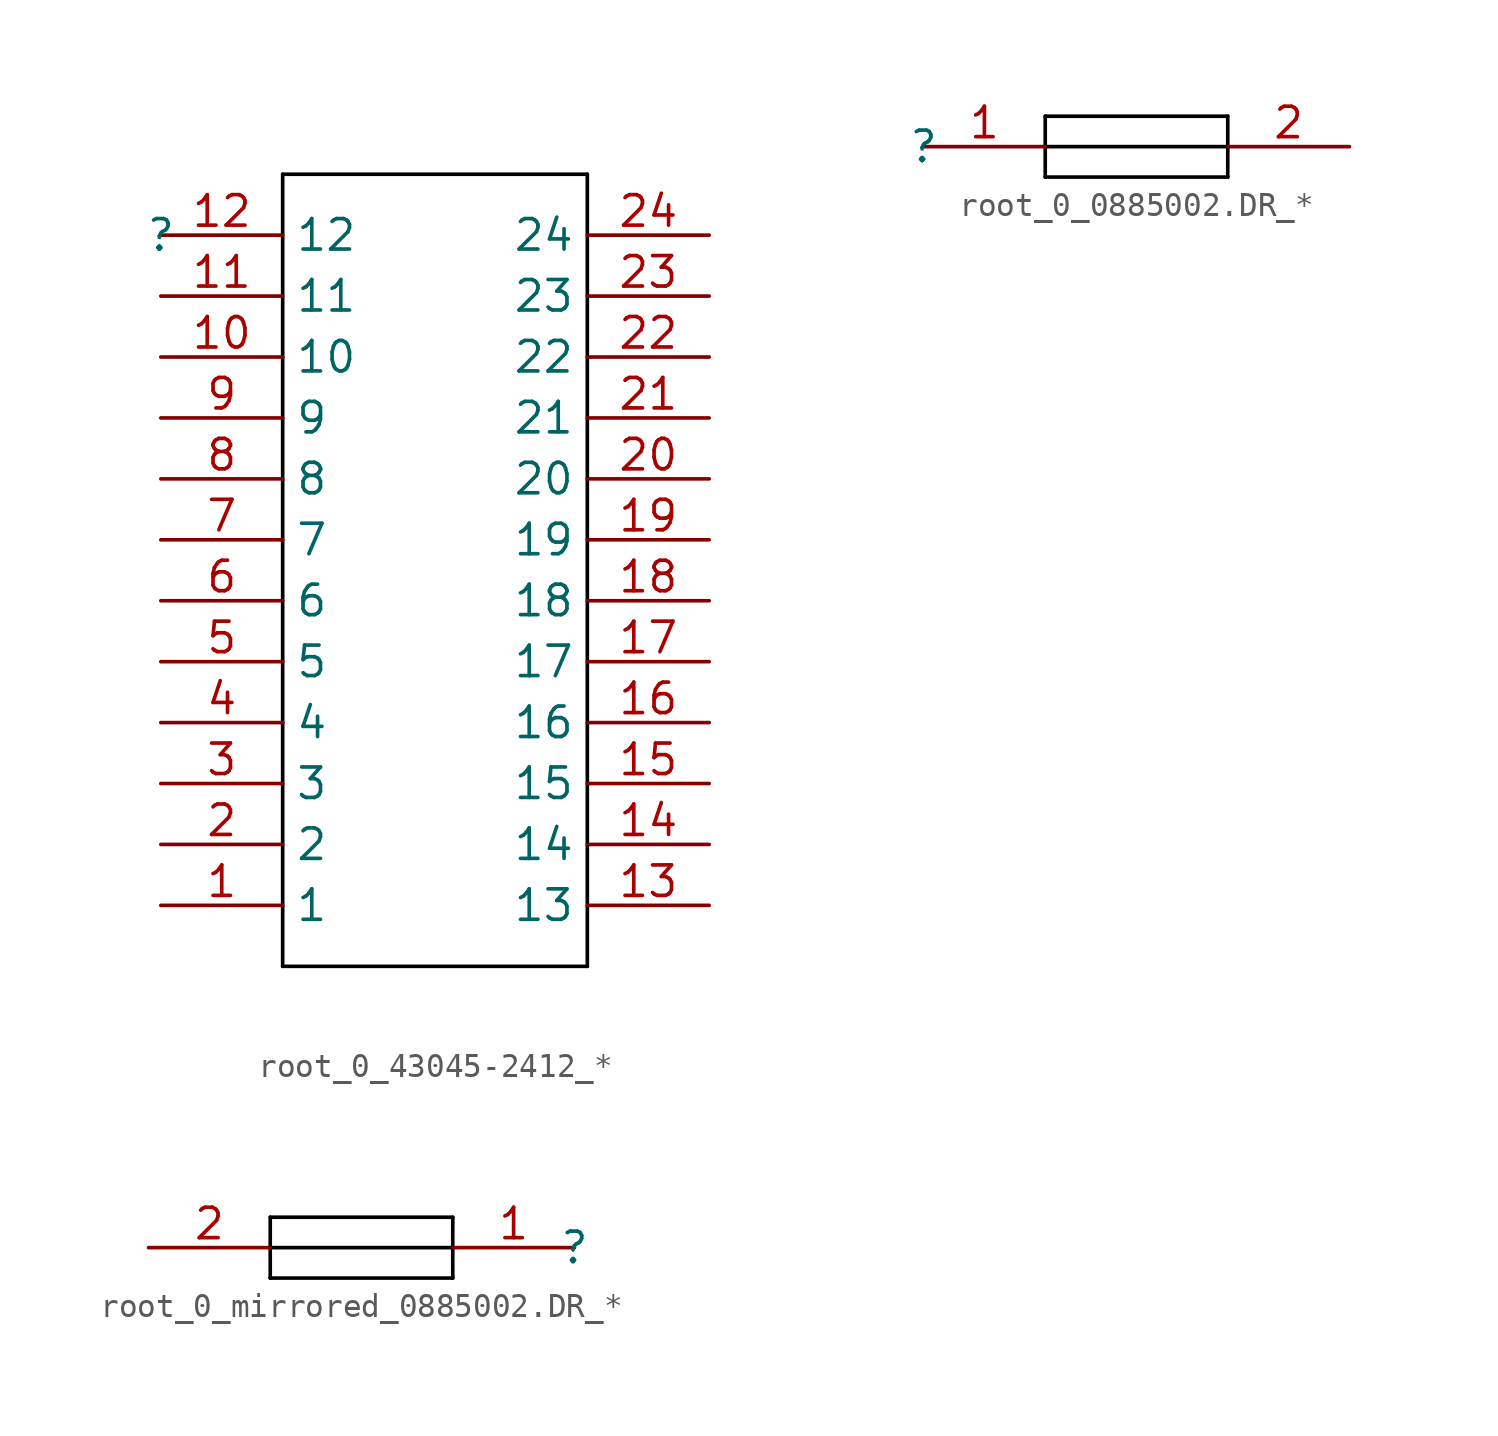
<source format=kicad_sym>
(kicad_symbol_lib
  (version 20241209)
  (generator "kicad_symbol_editor")
  (generator_version "9.0")
  (symbol "root_0_43045-2412_*"
    (property "Reference" ""
      (at 0 0 0)
      (effects (font (size 1.27 1.27))))
    (property "Value" ""
      (at 0 0 0)
      (effects (font (size 1.27 1.27))))
    (symbol "root_0_43045-2412_*_1_0"
      (polyline (pts (xy 5.08 2.54) (xy 5.08 -30.48)) (stroke (width 0) (type solid) (color 0 0 0 1)) (fill (type none)))
      (polyline (pts (xy 5.08 2.54) (xy 17.78 2.54)) (stroke (width 0) (type solid) (color 0 0 0 1)) (fill (type none)))
      (polyline (pts (xy 17.78 -30.48) (xy 5.08 -30.48)) (stroke (width 0) (type solid) (color 0 0 0 1)) (fill (type none)))
      (polyline (pts (xy 17.78 -30.48) (xy 17.78 2.54)) (stroke (width 0) (type solid) (color 0 0 0 1)) (fill (type none)))
      (pin passive line (at 0 0 0) (length 5.08) (name "12" (effects (font (size 1.27 1.27)))) (number "12" (effects (font (size 1.27 1.27)))))
      (pin passive line (at 0 -2.54 0) (length 5.08) (name "11" (effects (font (size 1.27 1.27)))) (number "11" (effects (font (size 1.27 1.27)))))
      (pin passive line (at 0 -5.08 0) (length 5.08) (name "10" (effects (font (size 1.27 1.27)))) (number "10" (effects (font (size 1.27 1.27)))))
      (pin passive line (at 0 -7.62 0) (length 5.08) (name "9" (effects (font (size 1.27 1.27)))) (number "9" (effects (font (size 1.27 1.27)))))
      (pin passive line (at 0 -10.16 0) (length 5.08) (name "8" (effects (font (size 1.27 1.27)))) (number "8" (effects (font (size 1.27 1.27)))))
      (pin passive line (at 0 -12.7 0) (length 5.08) (name "7" (effects (font (size 1.27 1.27)))) (number "7" (effects (font (size 1.27 1.27)))))
      (pin passive line (at 0 -15.24 0) (length 5.08) (name "6" (effects (font (size 1.27 1.27)))) (number "6" (effects (font (size 1.27 1.27)))))
      (pin passive line (at 0 -17.78 0) (length 5.08) (name "5" (effects (font (size 1.27 1.27)))) (number "5" (effects (font (size 1.27 1.27)))))
      (pin passive line (at 0 -20.32 0) (length 5.08) (name "4" (effects (font (size 1.27 1.27)))) (number "4" (effects (font (size 1.27 1.27)))))
      (pin passive line (at 0 -22.86 0) (length 5.08) (name "3" (effects (font (size 1.27 1.27)))) (number "3" (effects (font (size 1.27 1.27)))))
      (pin passive line (at 0 -25.4 0) (length 5.08) (name "2" (effects (font (size 1.27 1.27)))) (number "2" (effects (font (size 1.27 1.27)))))
      (pin passive line (at 0 -27.94 0) (length 5.08) (name "1" (effects (font (size 1.27 1.27)))) (number "1" (effects (font (size 1.27 1.27)))))
      (pin passive line (at 22.86 0 180) (length 5.08) (name "24" (effects (font (size 1.27 1.27)))) (number "24" (effects (font (size 1.27 1.27)))))
      (pin passive line (at 22.86 -2.54 180) (length 5.08) (name "23" (effects (font (size 1.27 1.27)))) (number "23" (effects (font (size 1.27 1.27)))))
      (pin passive line (at 22.86 -5.08 180) (length 5.08) (name "22" (effects (font (size 1.27 1.27)))) (number "22" (effects (font (size 1.27 1.27)))))
      (pin passive line (at 22.86 -7.62 180) (length 5.08) (name "21" (effects (font (size 1.27 1.27)))) (number "21" (effects (font (size 1.27 1.27)))))
      (pin passive line (at 22.86 -10.16 180) (length 5.08) (name "20" (effects (font (size 1.27 1.27)))) (number "20" (effects (font (size 1.27 1.27)))))
      (pin passive line (at 22.86 -12.7 180) (length 5.08) (name "19" (effects (font (size 1.27 1.27)))) (number "19" (effects (font (size 1.27 1.27)))))
      (pin passive line (at 22.86 -15.24 180) (length 5.08) (name "18" (effects (font (size 1.27 1.27)))) (number "18" (effects (font (size 1.27 1.27)))))
      (pin passive line (at 22.86 -17.78 180) (length 5.08) (name "17" (effects (font (size 1.27 1.27)))) (number "17" (effects (font (size 1.27 1.27)))))
      (pin passive line (at 22.86 -20.32 180) (length 5.08) (name "16" (effects (font (size 1.27 1.27)))) (number "16" (effects (font (size 1.27 1.27)))))
      (pin passive line (at 22.86 -22.86 180) (length 5.08) (name "15" (effects (font (size 1.27 1.27)))) (number "15" (effects (font (size 1.27 1.27)))))
      (pin passive line (at 22.86 -25.4 180) (length 5.08) (name "14" (effects (font (size 1.27 1.27)))) (number "14" (effects (font (size 1.27 1.27)))))
      (pin passive line (at 22.86 -27.94 180) (length 5.08) (name "13" (effects (font (size 1.27 1.27)))) (number "13" (effects (font (size 1.27 1.27)))))))
  (symbol "root_0_0885002.DR_*"
    (pin_names
      (hide yes))
    (property "Reference" ""
      (at 0 0 0)
      (effects (font (size 1.27 1.27))))
    (property "Value" ""
      (at 0 0 0)
      (effects (font (size 1.27 1.27))))
    (symbol "root_0_0885002.DR_*_1_0"
      (polyline (pts (xy 5.08 1.27) (xy 5.08 -1.27)) (stroke (width 0) (type solid) (color 0 0 0 1)) (fill (type none)))
      (polyline (pts (xy 5.08 1.27) (xy 12.7 1.27)) (stroke (width 0) (type solid) (color 0 0 0 1)) (fill (type none)))
      (polyline (pts (xy 5.08 0) (xy 12.7 0)) (stroke (width 0) (type solid) (color 0 0 0 1)) (fill (type none)))
      (polyline (pts (xy 12.7 -1.27) (xy 5.08 -1.27)) (stroke (width 0) (type solid) (color 0 0 0 1)) (fill (type none)))
      (polyline (pts (xy 12.7 -1.27) (xy 12.7 1.27)) (stroke (width 0) (type solid) (color 0 0 0 1)) (fill (type none)))
      (pin passive line (at 0 0 0) (length 5.08) (name "1" (effects (font (size 1.27 1.27)))) (number "1" (effects (font (size 1.27 1.27)))))
      (pin passive line (at 17.78 0 180) (length 5.08) (name "2" (effects (font (size 1.27 1.27)))) (number "2" (effects (font (size 1.27 1.27)))))))
  (symbol "root_0_mirrored_0885002.DR_*"
    (pin_names
      (hide yes))
    (property "Reference" ""
      (at 0 0 0)
      (effects (font (size 1.27 1.27))))
    (property "Value" ""
      (at 0 0 0)
      (effects (font (size 1.27 1.27))))
    (symbol "root_0_mirrored_0885002.DR_*_1_0"
      (polyline (pts (xy -12.7 -1.27) (xy -12.7 1.27)) (stroke (width 0) (type solid) (color 0 0 0 1)) (fill (type none)))
      (polyline (pts (xy -12.7 -1.27) (xy -5.08 -1.27)) (stroke (width 0) (type solid) (color 0 0 0 1)) (fill (type none)))
      (polyline (pts (xy -5.08 1.27) (xy -12.7 1.27)) (stroke (width 0) (type solid) (color 0 0 0 1)) (fill (type none)))
      (polyline (pts (xy -5.08 1.27) (xy -5.08 -1.27)) (stroke (width 0) (type solid) (color 0 0 0 1)) (fill (type none)))
      (polyline (pts (xy -5.08 0) (xy -12.7 0)) (stroke (width 0) (type solid) (color 0 0 0 1)) (fill (type none)))
      (pin passive line (at -17.78 0 0) (length 5.08) (name "2" (effects (font (size 1.27 1.27)))) (number "2" (effects (font (size 1.27 1.27)))))
      (pin passive line (at 0 0 180) (length 5.08) (name "1" (effects (font (size 1.27 1.27)))) (number "1" (effects (font (size 1.27 1.27))))))))
</source>
